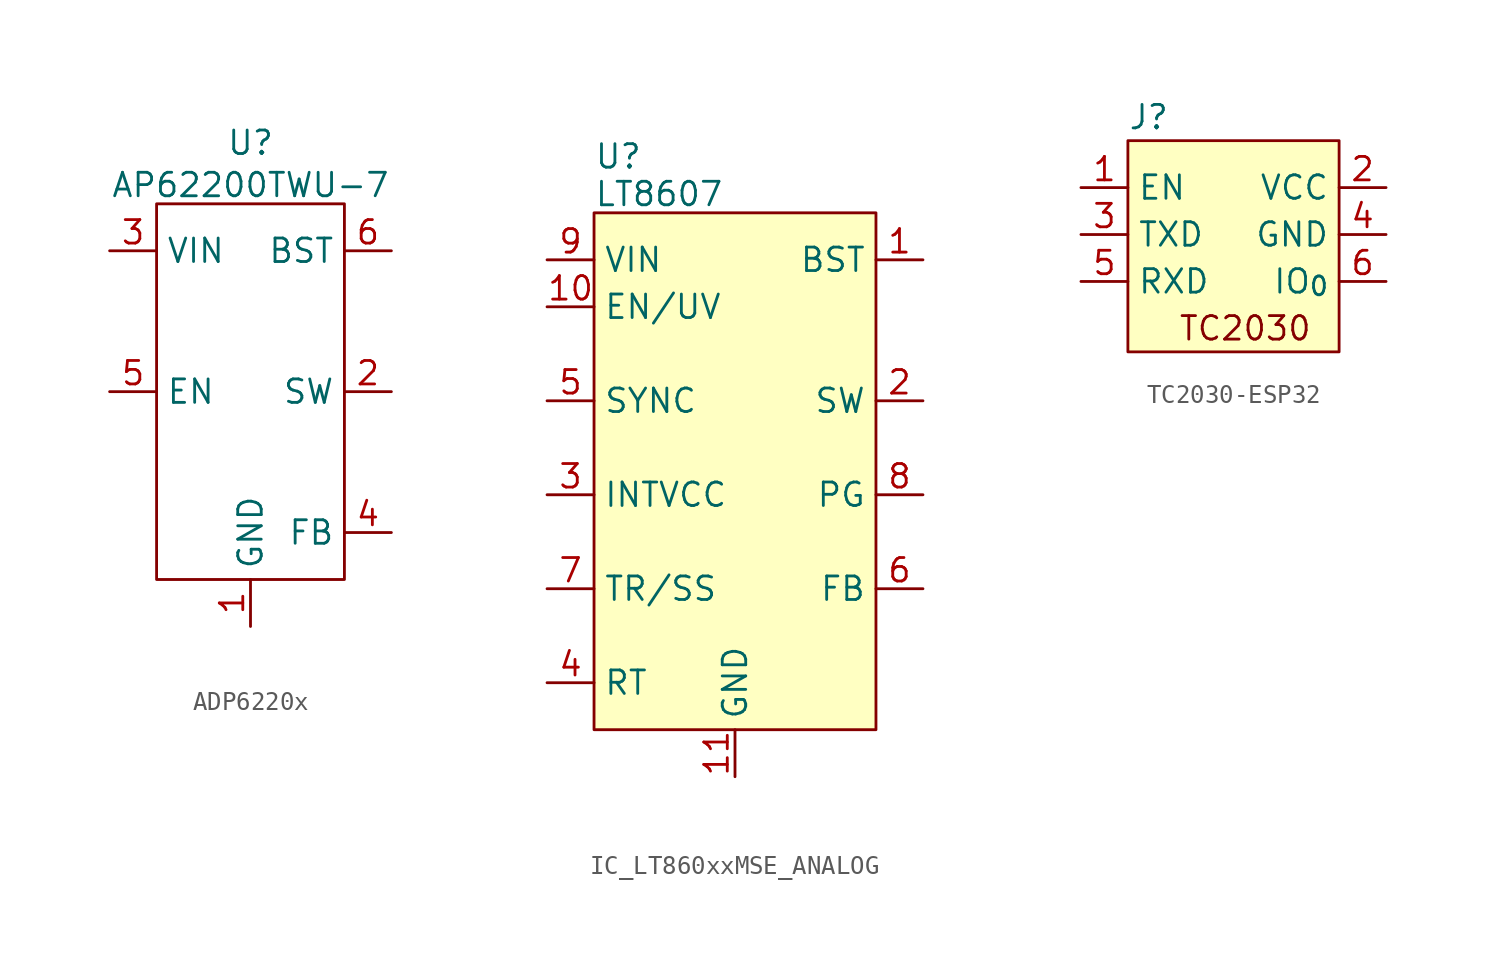
<source format=kicad_sym>
(kicad_symbol_lib
  (version 20241209)
  (generator "kicad_symbol_editor")
  (generator_version "9.0")
  (symbol "ADP6220x"
    (property "Reference" "U"
      (at 0 13.462 0)
      (effects (font (size 1.27 1.27))))
    (property "Value" "AP62200TWU-7"
      (at 0 11.176 0)
      (effects (font (size 1.27 1.27))))
    (symbol "ADP6220x_0_0"
      (pin power_in line (at -7.62 7.62 0) (length 2.54) (name "VIN" (effects (font (size 1.27 1.27)))) (number "3" (effects (font (size 1.27 1.27)))))
      (pin input line (at -7.62 0 0) (length 2.54) (name "EN" (effects (font (size 1.27 1.27)))) (number "5" (effects (font (size 1.27 1.27)))))
      (pin power_in line (at 0 -12.7 90) (length 2.54) (name "GND" (effects (font (size 1.27 1.27)))) (number "1" (effects (font (size 1.27 1.27)))))
      (pin passive line (at 7.62 7.62 180) (length 2.54) (name "BST" (effects (font (size 1.27 1.27)))) (number "6" (effects (font (size 1.27 1.27)))))
      (pin passive line (at 7.62 0 180) (length 2.54) (name "SW" (effects (font (size 1.27 1.27)))) (number "2" (effects (font (size 1.27 1.27)))))
      (pin passive line (at 7.62 -7.62 180) (length 2.54) (name "FB" (effects (font (size 1.27 1.27)))) (number "4" (effects (font (size 1.27 1.27))))))
    (symbol "ADP6220x_0_1"
      (rectangle (start -5.08 -10.16) (end 5.08 10.16) (stroke (width 0) (type default)) (fill (type none)))))
  (symbol "IC_LT860xxMSE_ANALOG"
    (property "Reference" "U"
      (at -7.62 15.748 0)
      (effects (font (size 1.27 1.27)) (justify left)))
    (property "Value" "LT8607"
      (at -7.62 13.716 0)
      (effects (font (size 1.27 1.27)) (justify left)))
    (symbol "IC_LT860xxMSE_ANALOG_0_0"
      (pin power_in line (at -10.16 10.16 0) (length 2.54) (name "VIN" (effects (font (size 1.27 1.27)))) (number "9" (effects (font (size 1.27 1.27)))))
      (pin passive line (at -10.16 7.62 0) (length 2.54) (name "EN/UV" (effects (font (size 1.27 1.27)))) (number "10" (effects (font (size 1.27 1.27)))))
      (pin passive line (at -10.16 2.54 0) (length 2.54) (name "SYNC" (effects (font (size 1.27 1.27)))) (number "5" (effects (font (size 1.27 1.27)))))
      (pin passive line (at -10.16 -2.54 0) (length 2.54) (name "INTVCC" (effects (font (size 1.27 1.27)))) (number "3" (effects (font (size 1.27 1.27)))))
      (pin passive line (at -10.16 -7.62 0) (length 2.54) (name "TR/SS" (effects (font (size 1.27 1.27)))) (number "7" (effects (font (size 1.27 1.27)))))
      (pin passive line (at -10.16 -12.7 0) (length 2.54) (name "RT" (effects (font (size 1.27 1.27)))) (number "4" (effects (font (size 1.27 1.27)))))
      (pin passive line (at 10.16 10.16 180) (length 2.54) (name "BST" (effects (font (size 1.27 1.27)))) (number "1" (effects (font (size 1.27 1.27)))))
      (pin passive line (at 10.16 2.54 180) (length 2.54) (name "SW" (effects (font (size 1.27 1.27)))) (number "2" (effects (font (size 1.27 1.27)))))
      (pin passive line (at 10.16 -7.62 180) (length 2.54) (name "FB" (effects (font (size 1.27 1.27)))) (number "6" (effects (font (size 1.27 1.27))))))
    (symbol "IC_LT860xxMSE_ANALOG_1_0"
      (pin open_collector line (at 10.16 -2.54 180) (length 2.54) (name "PG" (effects (font (size 1.27 1.27)))) (number "8" (effects (font (size 1.27 1.27))))))
    (symbol "IC_LT860xxMSE_ANALOG_1_1"
      (rectangle (start -7.62 12.7) (end 7.62 -15.24) (stroke (width 0) (type solid)) (fill (type background)))
      (pin power_in line (at 0 -17.78 90) (length 2.54) (name "GND" (effects (font (size 1.27 1.27)))) (number "11" (effects (font (size 1.27 1.27)))))))
  (symbol "TC2030-ESP32"
    (property "Reference" "J"
      (at -6.35 6.35 0)
      (effects (font (size 1.27 1.27)) (justify left)))
    (property "Value" ""
      (at 0 0 0)
      (effects (font (size 1.27 1.27))))
    (symbol "TC2030-ESP32_1_1"
      (rectangle (start -6.35 5.08) (end 5.08 -6.35) (stroke (width 0) (type solid)) (fill (type background)))
      (text "TC2030" (at 0 -5.08 0) (effects (font (size 1.27 1.27))))
      (pin open_collector line (at -8.89 2.54 0) (length 2.54) (name "EN" (effects (font (size 1.27 1.27)))) (number "1" (effects (font (size 1.27 1.27)))))
      (pin output line (at -8.89 0 0) (length 2.54) (name "TXD" (effects (font (size 1.27 1.27)))) (number "3" (effects (font (size 1.27 1.27)))))
      (pin input line (at -8.89 -2.54 0) (length 2.54) (name "RXD" (effects (font (size 1.27 1.27)))) (number "5" (effects (font (size 1.27 1.27)))))
      (pin power_out line (at 7.62 2.54 180) (length 2.54) (name "VCC" (effects (font (size 1.27 1.27)))) (number "2" (effects (font (size 1.27 1.27)))))
      (pin power_out line (at 7.62 0 180) (length 2.54) (name "GND" (effects (font (size 1.27 1.27)))) (number "4" (effects (font (size 1.27 1.27)))))
      (pin open_collector line (at 7.62 -2.54 180) (length 2.54) (name "IO_{0}" (effects (font (size 1.27 1.27)))) (number "6" (effects (font (size 1.27 1.27))))))))
</source>
